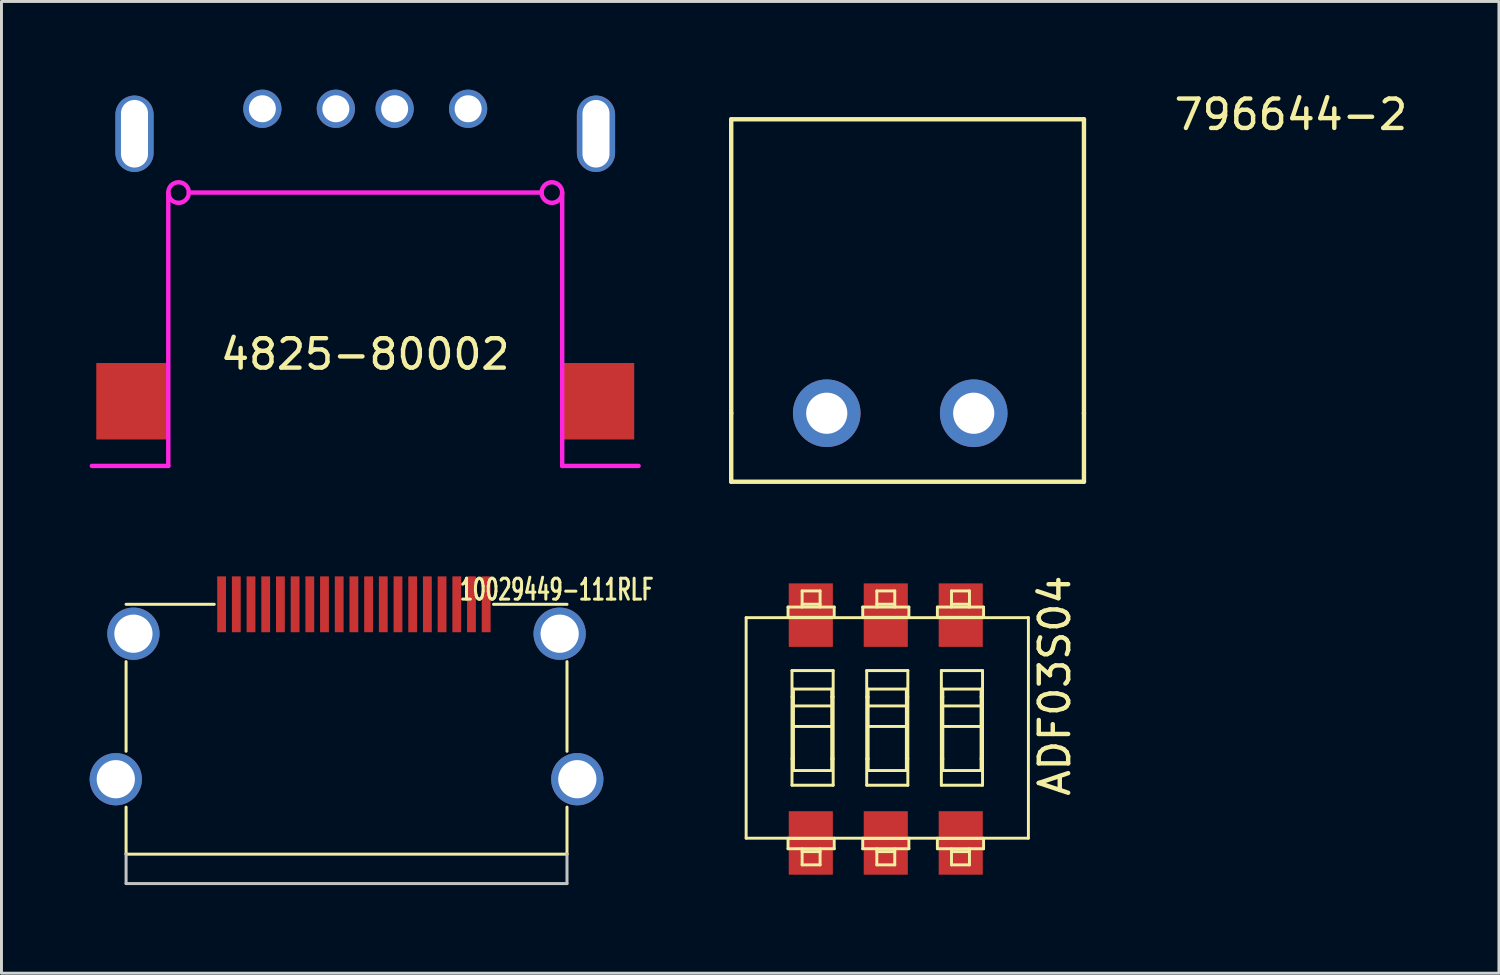
<source format=kicad_pcb>
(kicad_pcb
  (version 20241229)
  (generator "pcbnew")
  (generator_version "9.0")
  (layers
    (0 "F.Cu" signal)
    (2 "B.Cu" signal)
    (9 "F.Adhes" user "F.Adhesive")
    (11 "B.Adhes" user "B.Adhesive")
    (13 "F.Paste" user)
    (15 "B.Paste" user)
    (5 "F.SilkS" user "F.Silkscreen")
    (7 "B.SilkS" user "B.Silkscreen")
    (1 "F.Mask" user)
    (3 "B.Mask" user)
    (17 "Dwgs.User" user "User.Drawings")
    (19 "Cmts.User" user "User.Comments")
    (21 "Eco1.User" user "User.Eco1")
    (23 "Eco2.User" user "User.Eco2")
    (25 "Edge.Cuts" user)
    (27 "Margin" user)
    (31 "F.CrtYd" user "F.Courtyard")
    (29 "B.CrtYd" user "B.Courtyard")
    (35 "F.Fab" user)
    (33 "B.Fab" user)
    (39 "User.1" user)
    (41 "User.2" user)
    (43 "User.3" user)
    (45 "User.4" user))
  (footprint "796644-2"
    (layer "F.Cu")
    (at 27.575 11.008)
    (property "Reference" "796644-2" (at 13.29 -10.16 0) (layer "F.SilkS") (effects (font (size 1 1) (thickness 0.15))))
    (attr through_hole)
    (fp_line (start -5.75 -10) (end 6.25 -10) (stroke (width 0.15) (type solid)) (layer "F.SilkS"))
    (fp_line (start -5.75 0) (end -5.75 -10) (stroke (width 0.15) (type solid)) (layer "F.SilkS"))
    (fp_line (start -5.75 0) (end -5.75 2.33) (stroke (width 0.15) (type solid)) (layer "F.SilkS"))
    (fp_line (start 6.25 0) (end 6.25 -10) (stroke (width 0.15) (type solid)) (layer "F.SilkS"))
    (fp_line (start 6.25 0) (end 6.25 2.33) (stroke (width 0.15) (type solid)) (layer "F.SilkS"))
    (fp_line (start 6.25 2.33) (end -5.75 2.33) (stroke (width 0.15) (type solid)) (layer "F.SilkS"))
    (pad "1" thru_hole circle (at -2.5 0) (size 2.3 2.3) (drill 1.4) (layers "*.Cu" "*.Mask"))
    (pad "2" thru_hole circle (at 2.5 0) (size 2.3 2.3) (drill 1.4) (layers "*.Cu" "*.Mask")))
  (footprint "10029449-111RLF"
    (layer "F.Cu")
    (at 8.739 17.508)
    (property "Reference" "10029449-111RLF" (at 7.15 -0.5 0) (layer "F.SilkS") (effects (font (size 0.711 0.457) (thickness 0.102))))
    (attr through_hole)
    (fp_line (start -7.5 0) (end -4.5 0) (stroke (width 0.102) (type solid)) (layer "F.SilkS"))
    (fp_line (start -7.5 5) (end -7.5 1.95) (stroke (width 0.102) (type solid)) (layer "F.SilkS"))
    (fp_line (start -7.5 8.5) (end -7.5 6.9) (stroke (width 0.102) (type solid)) (layer "F.SilkS"))
    (fp_line (start -7.5 8.5) (end 7.5 8.5) (stroke (width 0.102) (type solid)) (layer "F.SilkS"))
    (fp_line (start 5 0) (end 7.5 0) (stroke (width 0.102) (type solid)) (layer "F.SilkS"))
    (fp_line (start 7.5 5) (end 7.5 1.95) (stroke (width 0.102) (type solid)) (layer "F.SilkS"))
    (fp_line (start 7.5 6.9) (end 7.5 8.5) (stroke (width 0.102) (type solid)) (layer "F.SilkS"))
    (fp_line (start -7.5 9.5) (end -7.5 8.5) (stroke (width 0.102) (type solid)) (layer "Dwgs.User"))
    (fp_line (start -7.5 9.5) (end 7.5 9.5) (stroke (width 0.102) (type solid)) (layer "Dwgs.User"))
    (fp_line (start 7.5 8.5) (end 7.5 9.5) (stroke (width 0.102) (type solid)) (layer "Dwgs.User"))
    (pad "1" smd rect (at 4.75 0) (size 0.3 1.9) (layers "F.Cu" "F.Mask" "F.Paste"))
    (pad "2" smd rect (at 4.25 0) (size 0.3 1.9) (layers "F.Cu" "F.Mask" "F.Paste"))
    (pad "3" smd rect (at 3.75 0) (size 0.3 1.9) (layers "F.Cu" "F.Mask" "F.Paste"))
    (pad "4" smd rect (at 3.25 0) (size 0.3 1.9) (layers "F.Cu" "F.Mask" "F.Paste"))
    (pad "5" smd rect (at 2.75 0) (size 0.3 1.9) (layers "F.Cu" "F.Mask" "F.Paste"))
    (pad "6" smd rect (at 2.25 0) (size 0.3 1.9) (layers "F.Cu" "F.Mask" "F.Paste"))
    (pad "7" smd rect (at 1.75 0) (size 0.3 1.9) (layers "F.Cu" "F.Mask" "F.Paste"))
    (pad "8" smd rect (at 1.25 0) (size 0.3 1.9) (layers "F.Cu" "F.Mask" "F.Paste"))
    (pad "9" smd rect (at 0.75 0) (size 0.3 1.9) (layers "F.Cu" "F.Mask" "F.Paste"))
    (pad "10" smd rect (at 0.25 0) (size 0.3 1.9) (layers "F.Cu" "F.Mask" "F.Paste"))
    (pad "11" smd rect (at -0.25 0) (size 0.3 1.9) (layers "F.Cu" "F.Mask" "F.Paste"))
    (pad "12" smd rect (at -0.75 0) (size 0.3 1.9) (layers "F.Cu" "F.Mask" "F.Paste"))
    (pad "13" smd rect (at -1.25 0) (size 0.3 1.9) (layers "F.Cu" "F.Mask" "F.Paste"))
    (pad "14" smd rect (at -1.75 0) (size 0.3 1.9) (layers "F.Cu" "F.Mask" "F.Paste"))
    (pad "15" smd rect (at -2.25 0) (size 0.3 1.9) (layers "F.Cu" "F.Mask" "F.Paste"))
    (pad "16" smd rect (at -2.75 0) (size 0.3 1.9) (layers "F.Cu" "F.Mask" "F.Paste"))
    (pad "17" smd rect (at -3.25 0) (size 0.3 1.9) (layers "F.Cu" "F.Mask" "F.Paste"))
    (pad "18" smd rect (at -3.75 0) (size 0.3 1.9) (layers "F.Cu" "F.Mask" "F.Paste"))
    (pad "19" smd rect (at -4.25 0) (size 0.3 1.9) (layers "F.Cu" "F.Mask" "F.Paste"))
    (pad "20" thru_hole circle (at -7.85 5.95) (size 1.778 1.778) (drill 1.3) (layers "*.Cu" "*.Mask"))
    (pad "20" thru_hole circle (at -7.25 1) (size 1.778 1.778) (drill 1.3) (layers "*.Cu" "*.Mask"))
    (pad "20" thru_hole circle (at 7.25 1) (size 1.778 1.778) (drill 1.3) (layers "*.Cu" "*.Mask"))
    (pad "20" thru_hole circle (at 7.85 5.95) (size 1.778 1.778) (drill 1.3) (layers "*.Cu" "*.Mask")))
  (footprint "ADF03S04"
    (layer "F.Cu")
    (at 27.033 21.676)
    (property "Reference" "ADF03S04" (at 5.8 -1.4 90) (layer "F.SilkS") (effects (font (size 1 1) (thickness 0.15))))
    (attr through_hole)
    (fp_line (start -4.7 -3.714) (end -4.7 3.788) (stroke (width 0.1) (type solid)) (layer "F.SilkS"))
    (fp_line (start -4.7 3.788) (end 4.902 3.788) (stroke (width 0.1) (type solid)) (layer "F.SilkS"))
    (fp_line (start -3.275 -4.074) (end -3.275 -3.714) (stroke (width 0.1) (type solid)) (layer "F.SilkS"))
    (fp_line (start -3.275 -4.074) (end -1.704 -4.074) (stroke (width 0.1) (type solid)) (layer "F.SilkS"))
    (fp_line (start -3.275 -3.724) (end -1.704 -3.724) (stroke (width 0.1) (type solid)) (layer "F.SilkS"))
    (fp_line (start -3.275 4.148) (end -3.275 3.788) (stroke (width 0.1) (type solid)) (layer "F.SilkS"))
    (fp_line (start -3.14 -1.914) (end -1.739 -1.914) (stroke (width 0.1) (type solid)) (layer "F.SilkS"))
    (fp_line (start -3.14 -1.013) (end -3.09 -1.013) (stroke (width 0.1) (type solid)) (layer "F.SilkS"))
    (fp_line (start -3.14 1.987) (end -3.14 -1.914) (stroke (width 0.1) (type solid)) (layer "F.SilkS"))
    (fp_line (start -3.09 -1.284) (end -1.789 -1.284) (stroke (width 0.1) (type solid)) (layer "F.SilkS"))
    (fp_line (start -3.09 -1.284) (end -3.09 1.487) (stroke (width 0.1) (type solid)) (layer "F.SilkS"))
    (fp_line (start -3.09 -0.711) (end -1.789 -0.711) (stroke (width 0.1) (type solid)) (layer "F.SilkS"))
    (fp_line (start -3.09 -0.013) (end -1.789 -0.013) (stroke (width 0.1) (type solid)) (layer "F.SilkS"))
    (fp_line (start -3.09 1.087) (end -3.14 1.087) (stroke (width 0.1) (type solid)) (layer "F.SilkS"))
    (fp_line (start -3.09 1.487) (end -1.789 1.487) (stroke (width 0.1) (type solid)) (layer "F.SilkS"))
    (fp_line (start -2.795 -4.623) (end -2.795 -4.074) (stroke (width 0.1) (type solid)) (layer "F.SilkS"))
    (fp_line (start -2.795 4.696) (end -2.795 4.148) (stroke (width 0.1) (type solid)) (layer "F.SilkS"))
    (fp_line (start -2.184 -4.623) (end -2.795 -4.623) (stroke (width 0.1) (type solid)) (layer "F.SilkS"))
    (fp_line (start -2.184 -4.623) (end -2.184 -4.074) (stroke (width 0.1) (type solid)) (layer "F.SilkS"))
    (fp_line (start -2.184 -4.171) (end -2.795 -4.171) (stroke (width 0.1) (type solid)) (layer "F.SilkS"))
    (fp_line (start -2.184 4.244) (end -2.795 4.244) (stroke (width 0.1) (type solid)) (layer "F.SilkS"))
    (fp_line (start -2.184 4.696) (end -2.795 4.696) (stroke (width 0.1) (type solid)) (layer "F.SilkS"))
    (fp_line (start -2.184 4.696) (end -2.184 4.148) (stroke (width 0.1) (type solid)) (layer "F.SilkS"))
    (fp_line (start -1.789 -1.284) (end -1.789 1.487) (stroke (width 0.1) (type solid)) (layer "F.SilkS"))
    (fp_line (start -1.789 -1.013) (end -1.739 -1.013) (stroke (width 0.1) (type solid)) (layer "F.SilkS"))
    (fp_line (start -1.739 -1.914) (end -1.739 1.987) (stroke (width 0.1) (type solid)) (layer "F.SilkS"))
    (fp_line (start -1.739 1.087) (end -1.789 1.087) (stroke (width 0.1) (type solid)) (layer "F.SilkS"))
    (fp_line (start -1.739 1.987) (end -3.14 1.987) (stroke (width 0.1) (type solid)) (layer "F.SilkS"))
    (fp_line (start -1.704 -4.074) (end -1.704 -3.714) (stroke (width 0.1) (type solid)) (layer "F.SilkS"))
    (fp_line (start -1.704 3.798) (end -3.275 3.798) (stroke (width 0.1) (type solid)) (layer "F.SilkS"))
    (fp_line (start -1.704 4.148) (end -3.275 4.148) (stroke (width 0.1) (type solid)) (layer "F.SilkS"))
    (fp_line (start -1.704 4.148) (end -1.704 3.788) (stroke (width 0.1) (type solid)) (layer "F.SilkS"))
    (fp_line (start -0.734 -4.074) (end -0.734 -3.714) (stroke (width 0.1) (type solid)) (layer "F.SilkS"))
    (fp_line (start -0.734 -4.074) (end 0.836 -4.074) (stroke (width 0.1) (type solid)) (layer "F.SilkS"))
    (fp_line (start -0.734 -3.724) (end 0.836 -3.724) (stroke (width 0.1) (type solid)) (layer "F.SilkS"))
    (fp_line (start -0.734 4.148) (end -0.734 3.788) (stroke (width 0.1) (type solid)) (layer "F.SilkS"))
    (fp_line (start -0.599 -1.914) (end 0.801 -1.914) (stroke (width 0.1) (type solid)) (layer "F.SilkS"))
    (fp_line (start -0.599 -1.013) (end -0.549 -1.013) (stroke (width 0.1) (type solid)) (layer "F.SilkS"))
    (fp_line (start -0.599 1.987) (end -0.599 -1.914) (stroke (width 0.1) (type solid)) (layer "F.SilkS"))
    (fp_line (start -0.549 -1.284) (end 0.751 -1.284) (stroke (width 0.1) (type solid)) (layer "F.SilkS"))
    (fp_line (start -0.549 -1.284) (end -0.549 1.487) (stroke (width 0.1) (type solid)) (layer "F.SilkS"))
    (fp_line (start -0.549 -0.711) (end 0.751 -0.711) (stroke (width 0.1) (type solid)) (layer "F.SilkS"))
    (fp_line (start -0.549 -0.013) (end 0.751 -0.013) (stroke (width 0.1) (type solid)) (layer "F.SilkS"))
    (fp_line (start -0.549 1.087) (end -0.599 1.087) (stroke (width 0.1) (type solid)) (layer "F.SilkS"))
    (fp_line (start -0.549 1.487) (end 0.751 1.487) (stroke (width 0.1) (type solid)) (layer "F.SilkS"))
    (fp_line (start -0.254 -4.623) (end -0.254 -4.074) (stroke (width 0.1) (type solid)) (layer "F.SilkS"))
    (fp_line (start -0.254 4.696) (end -0.254 4.148) (stroke (width 0.1) (type solid)) (layer "F.SilkS"))
    (fp_line (start 0.356 -4.623) (end -0.254 -4.623) (stroke (width 0.1) (type solid)) (layer "F.SilkS"))
    (fp_line (start 0.356 -4.623) (end 0.356 -4.074) (stroke (width 0.1) (type solid)) (layer "F.SilkS"))
    (fp_line (start 0.356 -4.171) (end -0.254 -4.171) (stroke (width 0.1) (type solid)) (layer "F.SilkS"))
    (fp_line (start 0.356 4.244) (end -0.254 4.244) (stroke (width 0.1) (type solid)) (layer "F.SilkS"))
    (fp_line (start 0.356 4.696) (end -0.254 4.696) (stroke (width 0.1) (type solid)) (layer "F.SilkS"))
    (fp_line (start 0.356 4.696) (end 0.356 4.148) (stroke (width 0.1) (type solid)) (layer "F.SilkS"))
    (fp_line (start 0.751 -1.284) (end 0.751 1.487) (stroke (width 0.1) (type solid)) (layer "F.SilkS"))
    (fp_line (start 0.751 -1.013) (end 0.801 -1.013) (stroke (width 0.1) (type solid)) (layer "F.SilkS"))
    (fp_line (start 0.801 -1.914) (end 0.801 1.987) (stroke (width 0.1) (type solid)) (layer "F.SilkS"))
    (fp_line (start 0.801 1.087) (end 0.751 1.087) (stroke (width 0.1) (type solid)) (layer "F.SilkS"))
    (fp_line (start 0.801 1.987) (end -0.599 1.987) (stroke (width 0.1) (type solid)) (layer "F.SilkS"))
    (fp_line (start 0.836 -4.074) (end 0.836 -3.714) (stroke (width 0.1) (type solid)) (layer "F.SilkS"))
    (fp_line (start 0.836 3.798) (end -0.734 3.798) (stroke (width 0.1) (type solid)) (layer "F.SilkS"))
    (fp_line (start 0.836 4.148) (end -0.734 4.148) (stroke (width 0.1) (type solid)) (layer "F.SilkS"))
    (fp_line (start 0.836 4.148) (end 0.836 3.788) (stroke (width 0.1) (type solid)) (layer "F.SilkS"))
    (fp_line (start 1.806 -4.074) (end 1.806 -3.714) (stroke (width 0.1) (type solid)) (layer "F.SilkS"))
    (fp_line (start 1.806 -4.074) (end 3.377 -4.074) (stroke (width 0.1) (type solid)) (layer "F.SilkS"))
    (fp_line (start 1.806 -3.724) (end 3.377 -3.724) (stroke (width 0.1) (type solid)) (layer "F.SilkS"))
    (fp_line (start 1.806 4.148) (end 1.806 3.788) (stroke (width 0.1) (type solid)) (layer "F.SilkS"))
    (fp_line (start 1.941 -1.914) (end 3.342 -1.914) (stroke (width 0.1) (type solid)) (layer "F.SilkS"))
    (fp_line (start 1.941 -1.013) (end 1.991 -1.013) (stroke (width 0.1) (type solid)) (layer "F.SilkS"))
    (fp_line (start 1.941 1.987) (end 1.941 -1.914) (stroke (width 0.1) (type solid)) (layer "F.SilkS"))
    (fp_line (start 1.991 -1.284) (end 3.292 -1.284) (stroke (width 0.1) (type solid)) (layer "F.SilkS"))
    (fp_line (start 1.991 -1.284) (end 1.991 1.487) (stroke (width 0.1) (type solid)) (layer "F.SilkS"))
    (fp_line (start 1.991 -0.711) (end 3.292 -0.711) (stroke (width 0.1) (type solid)) (layer "F.SilkS"))
    (fp_line (start 1.991 -0.013) (end 3.292 -0.013) (stroke (width 0.1) (type solid)) (layer "F.SilkS"))
    (fp_line (start 1.991 1.087) (end 1.941 1.087) (stroke (width 0.1) (type solid)) (layer "F.SilkS"))
    (fp_line (start 2.286 -4.623) (end 2.286 -4.074) (stroke (width 0.1) (type solid)) (layer "F.SilkS"))
    (fp_line (start 2.286 4.696) (end 2.286 4.148) (stroke (width 0.1) (type solid)) (layer "F.SilkS"))
    (fp_line (start 2.897 -4.623) (end 2.286 -4.623) (stroke (width 0.1) (type solid)) (layer "F.SilkS"))
    (fp_line (start 2.897 -4.623) (end 2.897 -4.074) (stroke (width 0.1) (type solid)) (layer "F.SilkS"))
    (fp_line (start 2.897 -4.171) (end 2.286 -4.171) (stroke (width 0.1) (type solid)) (layer "F.SilkS"))
    (fp_line (start 2.897 4.244) (end 2.286 4.244) (stroke (width 0.1) (type solid)) (layer "F.SilkS"))
    (fp_line (start 2.897 4.696) (end 2.286 4.696) (stroke (width 0.1) (type solid)) (layer "F.SilkS"))
    (fp_line (start 2.897 4.696) (end 2.897 4.148) (stroke (width 0.1) (type solid)) (layer "F.SilkS"))
    (fp_line (start 3.292 -1.284) (end 3.292 1.487) (stroke (width 0.1) (type solid)) (layer "F.SilkS"))
    (fp_line (start 3.292 -1.013) (end 3.342 -1.013) (stroke (width 0.1) (type solid)) (layer "F.SilkS"))
    (fp_line (start 3.292 1.487) (end 1.991 1.487) (stroke (width 0.1) (type solid)) (layer "F.SilkS"))
    (fp_line (start 3.342 -1.914) (end 3.342 1.987) (stroke (width 0.1) (type solid)) (layer "F.SilkS"))
    (fp_line (start 3.342 1.087) (end 3.292 1.087) (stroke (width 0.1) (type solid)) (layer "F.SilkS"))
    (fp_line (start 3.342 1.987) (end 1.941 1.987) (stroke (width 0.1) (type solid)) (layer "F.SilkS"))
    (fp_line (start 3.377 -4.074) (end 3.377 -3.714) (stroke (width 0.1) (type solid)) (layer "F.SilkS"))
    (fp_line (start 3.377 3.798) (end 1.806 3.798) (stroke (width 0.1) (type solid)) (layer "F.SilkS"))
    (fp_line (start 3.377 4.148) (end 1.806 4.148) (stroke (width 0.1) (type solid)) (layer "F.SilkS"))
    (fp_line (start 3.377 4.148) (end 3.377 3.788) (stroke (width 0.1) (type solid)) (layer "F.SilkS"))
    (fp_line (start 4.902 -3.714) (end -4.7 -3.714) (stroke (width 0.1) (type solid)) (layer "F.SilkS"))
    (fp_line (start 4.902 3.788) (end 4.902 -3.714) (stroke (width 0.1) (type solid)) (layer "F.SilkS"))
    (pad "1" smd rect (at -2.5 -3.8) (size 1.5 2.16) (layers "F.Cu" "F.Mask" "F.Paste"))
    (pad "2" smd rect (at 0.05 -3.8) (size 1.5 2.16) (layers "F.Cu" "F.Mask" "F.Paste"))
    (pad "3" smd rect (at 2.6 -3.8) (size 1.5 2.16) (layers "F.Cu" "F.Mask" "F.Paste"))
    (pad "4" smd rect (at 2.6 3.95) (size 1.5 2.16) (layers "F.Cu" "F.Mask" "F.Paste"))
    (pad "5" smd rect (at 0.05 3.95) (size 1.5 2.16) (layers "F.Cu" "F.Mask" "F.Paste"))
    (pad "6" smd rect (at -2.5 3.95) (size 1.5 2.16) (layers "F.Cu" "F.Mask" "F.Paste")))
  (footprint "4825-80002"
    (layer "F.Cu")
    (at 9.375 1.5)
    (property "Reference" "4825-80002" (at 0 7.5 0) (layer "F.SilkS") (effects (font (size 1 1) (thickness 0.15))))
    (attr through_hole)
    (fp_line (start -9.3 11.3) (end -6.7 11.3) (stroke (width 0.15) (type solid)) (layer "F.CrtYd"))
    (fp_line (start -6.7 2) (end -6.7 11.3) (stroke (width 0.15) (type solid)) (layer "F.CrtYd"))
    (fp_line (start 6 2) (end -6 2) (stroke (width 0.15) (type solid)) (layer "F.CrtYd"))
    (fp_line (start 6.7 2) (end 6.7 11.3) (stroke (width 0.15) (type solid)) (layer "F.CrtYd"))
    (fp_line (start 6.7 11.3) (end 9.3 11.3) (stroke (width 0.15) (type solid)) (layer "F.CrtYd"))
    (fp_circle (center -6.35 2) (end -6 2) (stroke (width 0.15) (type solid)) (fill no) (layer "F.CrtYd"))
    (fp_circle (center 6.35 2) (end 6.7 2) (stroke (width 0.15) (type solid)) (fill no) (layer "F.CrtYd"))
    (pad "" smd rect (at -7.95 9.1) (size 2.4 2.6) (layers "F.Cu" "F.Mask" "F.Paste"))
    (pad "" thru_hole oval (at -7.85 0) (size 1.3 2.6) (drill oval 0.92 2.3) (layers "*.Cu" "*.Mask"))
    (pad "" thru_hole oval (at 7.85 0) (size 1.3 2.6) (drill oval 0.92 2.3) (layers "*.Cu" "*.Mask"))
    (pad "" smd rect (at 7.95 9.1) (size 2.4 2.6) (layers "F.Cu" "F.Mask" "F.Paste"))
    (pad "1" thru_hole circle (at 3.5 -0.85) (size 1.3 1.3) (drill 0.92) (layers "*.Cu" "*.Mask"))
    (pad "2" thru_hole circle (at 1 -0.85) (size 1.3 1.3) (drill 0.92) (layers "*.Cu" "*.Mask"))
    (pad "3" thru_hole circle (at -1 -0.85) (size 1.3 1.3) (drill 0.92) (layers "*.Cu" "*.Mask"))
    (pad "4" thru_hole circle (at -3.5 -0.85) (size 1.3 1.3) (drill 0.92) (layers "*.Cu" "*.Mask")))
  (gr_rect
    (start -3 -3)
    (end 47.942 30.058)
    (stroke (width 0.1) (type default))
    (fill no)
    (layer "Edge.Cuts")))
</source>
